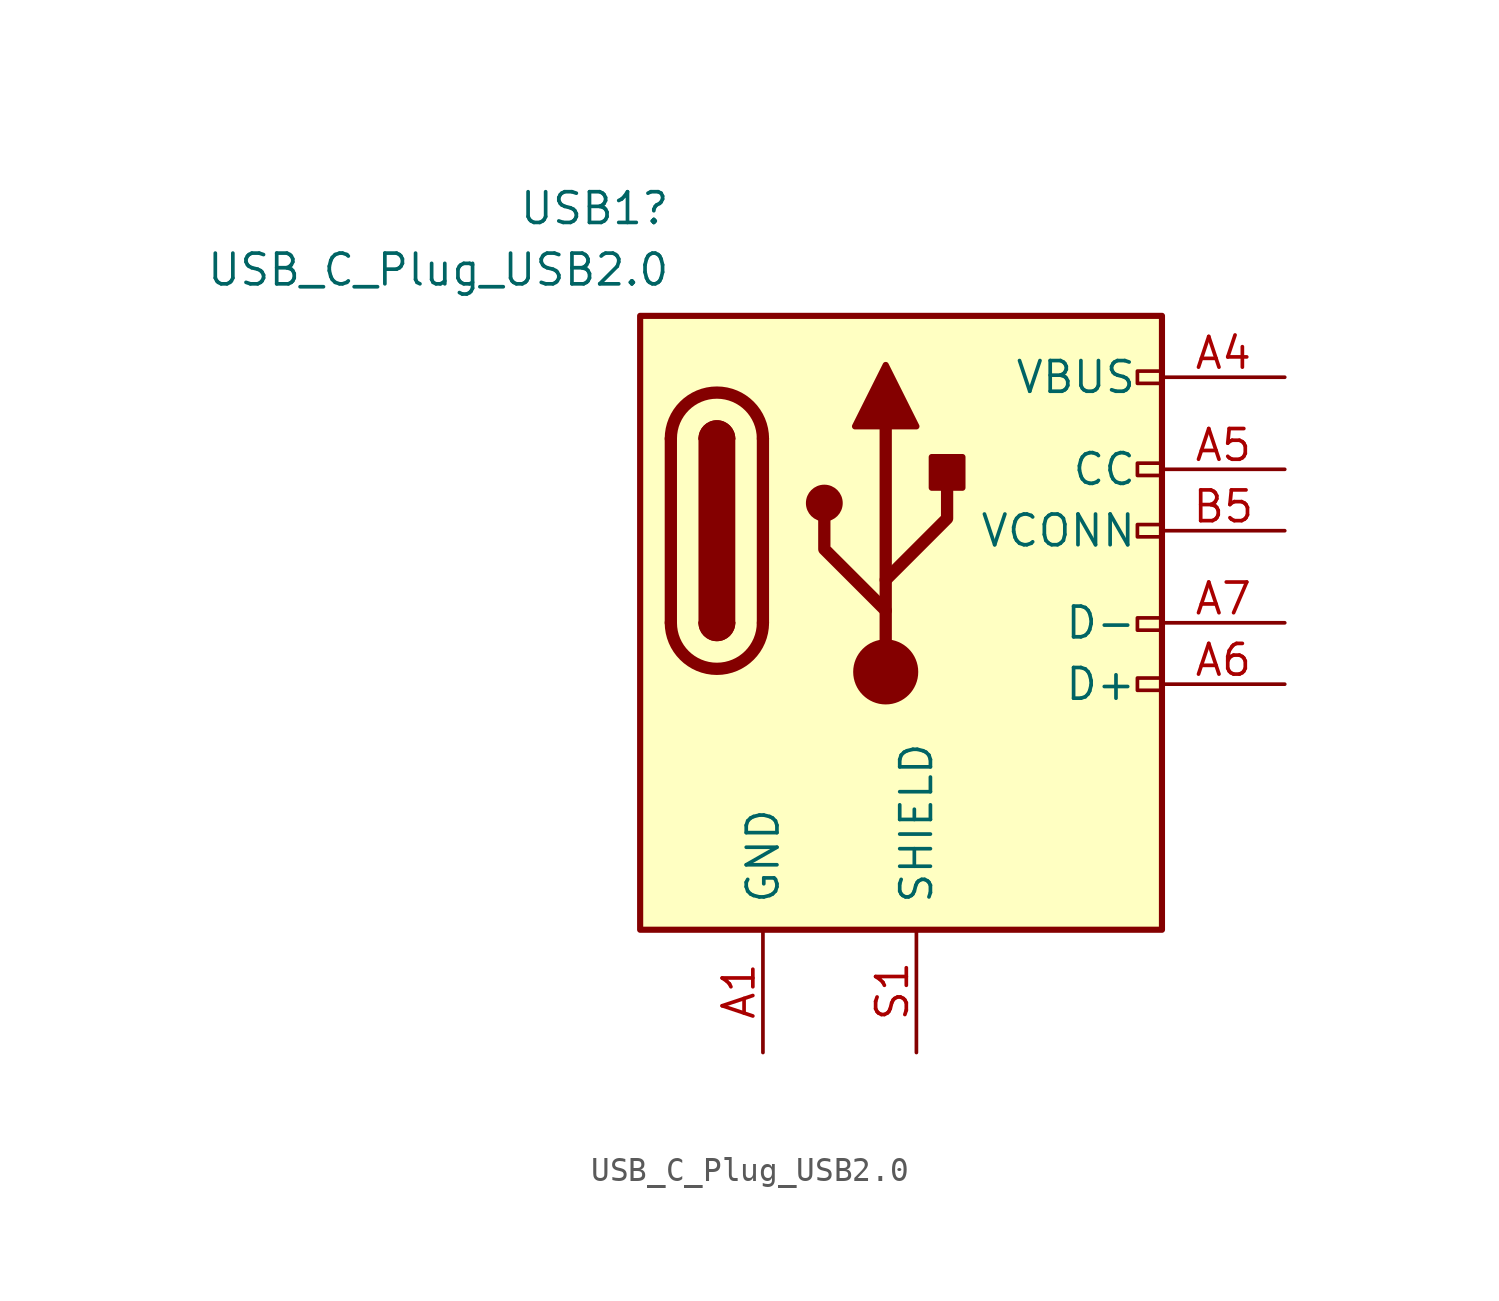
<source format=kicad_sym>
(kicad_symbol_lib
  (version 20211014)
  (generator kicad_symbol_editor)
  (symbol "USB_C_Plug_USB2.0"
    (pin_names
      (offset 1.016))
    (property "Reference" "USB1"
      (at -10.16 17.145 0)
      (effects (font (size 1.27 1.27)) (justify right)))
    (property "Value" "USB_C_Plug_USB2.0"
      (at -10.16 14.605 0)
      (effects (font (size 1.27 1.27)) (justify right)))
    (symbol "USB_C_Plug_USB2.0_0_0"
      (rectangle (start 10.16 -2.286) (end 9.144 -2.794) (stroke (width 0) (type default) (color 0 0 0 0)) (fill (type none)))
      (rectangle (start 10.16 0.203) (end 9.144 -0.305) (stroke (width 0) (type default) (color 0 0 0 0)) (fill (type none)))
      (rectangle (start 10.16 4.064) (end 9.144 3.556) (stroke (width 0) (type default) (color 0 0 0 0)) (fill (type none)))
      (rectangle (start 10.16 6.604) (end 9.144 6.096) (stroke (width 0) (type default) (color 0 0 0 0)) (fill (type none)))
      (rectangle (start 10.16 10.414) (end 9.144 9.906) (stroke (width 0) (type default) (color 0 0 0 0)) (fill (type none))))
    (symbol "USB_C_Plug_USB2.0_0_1"
      (rectangle (start -11.43 12.7) (end 10.16 -12.7) (stroke (width 0.254) (type default) (color 0 0 0 0)) (fill (type background)))
      (arc (start -10.16 0) (mid -8.255 -1.905) (end -6.35 0) (stroke (width 0.508) (type default) (color 0 0 0 0)) (fill (type none)))
      (arc (start -8.89 0) (mid -8.255 -0.635) (end -7.62 0) (stroke (width 0.254) (type default) (color 0 0 0 0)) (fill (type none)))
      (arc (start -8.89 0) (mid -8.255 -0.635) (end -7.62 0) (stroke (width 0.254) (type default) (color 0 0 0 0)) (fill (type outline)))
      (rectangle (start -8.89 0) (end -7.62 7.62) (stroke (width 0.254) (type default) (color 0 0 0 0)) (fill (type outline)))
      (arc (start -7.62 7.62) (mid -8.255 8.255) (end -8.89 7.62) (stroke (width 0.254) (type default) (color 0 0 0 0)) (fill (type none)))
      (arc (start -7.62 7.62) (mid -8.255 8.255) (end -8.89 7.62) (stroke (width 0.254) (type default) (color 0 0 0 0)) (fill (type outline)))
      (arc (start -6.35 7.62) (mid -8.255 9.525) (end -10.16 7.62) (stroke (width 0.508) (type default) (color 0 0 0 0)) (fill (type none)))
      (circle (center -3.81 4.953) (radius 0.635) (stroke (width 0.254) (type default) (color 0 0 0 0)) (fill (type outline)))
      (circle (center -1.27 -2.032) (radius 1.27) (stroke (width 0) (type default) (color 0 0 0 0)) (fill (type outline)))
      (polyline (pts (xy -10.16 0) (xy -10.16 7.62)) (stroke (width 0.508) (type default) (color 0 0 0 0)) (fill (type none)))
      (polyline (pts (xy -6.35 7.62) (xy -6.35 0)) (stroke (width 0.508) (type default) (color 0 0 0 0)) (fill (type none)))
      (polyline (pts (xy -1.27 -2.032) (xy -1.27 8.128)) (stroke (width 0.508) (type default) (color 0 0 0 0)) (fill (type none)))
      (polyline (pts (xy -1.27 0.508) (xy -3.81 3.048) (xy -3.81 4.318)) (stroke (width 0.508) (type default) (color 0 0 0 0)) (fill (type none)))
      (polyline (pts (xy -1.27 1.778) (xy 1.27 4.318) (xy 1.27 5.588)) (stroke (width 0.508) (type default) (color 0 0 0 0)) (fill (type none)))
      (polyline (pts (xy -2.54 8.128) (xy -1.27 10.668) (xy 0 8.128) (xy -2.54 8.128)) (stroke (width 0.254) (type default) (color 0 0 0 0)) (fill (type outline)))
      (rectangle (start 0.635 5.588) (end 1.905 6.858) (stroke (width 0.254) (type default) (color 0 0 0 0)) (fill (type outline))))
    (symbol "USB_C_Plug_USB2.0_1_1"
      (pin passive line (at -6.35 -17.78 90) (length 5.08) (name "GND" (effects (font (size 1.27 1.27)))) (number "A1" (effects (font (size 1.27 1.27)))))
      (pin passive line (at -6.35 -17.78 90) (length 5.08) hide (name "GND" (effects (font (size 1.27 1.27)))) (number "A12" (effects (font (size 1.27 1.27)))))
      (pin passive line (at 15.24 10.16 180) (length 5.08) (name "VBUS" (effects (font (size 1.27 1.27)))) (number "A4" (effects (font (size 1.27 1.27)))))
      (pin bidirectional line (at 15.24 6.35 180) (length 5.08) (name "CC" (effects (font (size 1.27 1.27)))) (number "A5" (effects (font (size 1.27 1.27)))))
      (pin bidirectional line (at 15.24 -2.54 180) (length 5.08) (name "D+" (effects (font (size 1.27 1.27)))) (number "A6" (effects (font (size 1.27 1.27)))))
      (pin bidirectional line (at 15.24 0 180) (length 5.08) (name "D-" (effects (font (size 1.27 1.27)))) (number "A7" (effects (font (size 1.27 1.27)))))
      (pin passive line (at 15.24 10.16 180) (length 5.08) hide (name "VBUS" (effects (font (size 1.27 1.27)))) (number "A9" (effects (font (size 1.27 1.27)))))
      (pin passive line (at -6.35 -17.78 90) (length 5.08) hide (name "GND" (effects (font (size 1.27 1.27)))) (number "B1" (effects (font (size 1.27 1.27)))))
      (pin passive line (at -6.35 -17.78 90) (length 5.08) hide (name "GND" (effects (font (size 1.27 1.27)))) (number "B12" (effects (font (size 1.27 1.27)))))
      (pin passive line (at 15.24 10.16 180) (length 5.08) hide (name "VBUS" (effects (font (size 1.27 1.27)))) (number "B4" (effects (font (size 1.27 1.27)))))
      (pin bidirectional line (at 15.24 3.81 180) (length 5.08) (name "VCONN" (effects (font (size 1.27 1.27)))) (number "B5" (effects (font (size 1.27 1.27)))))
      (pin passive line (at 15.24 10.16 180) (length 5.08) hide (name "VBUS" (effects (font (size 1.27 1.27)))) (number "B9" (effects (font (size 1.27 1.27)))))
      (pin passive line (at 0 -17.78 90) (length 5.08) (name "SHIELD" (effects (font (size 1.27 1.27)))) (number "S1" (effects (font (size 1.27 1.27))))))))
</source>
